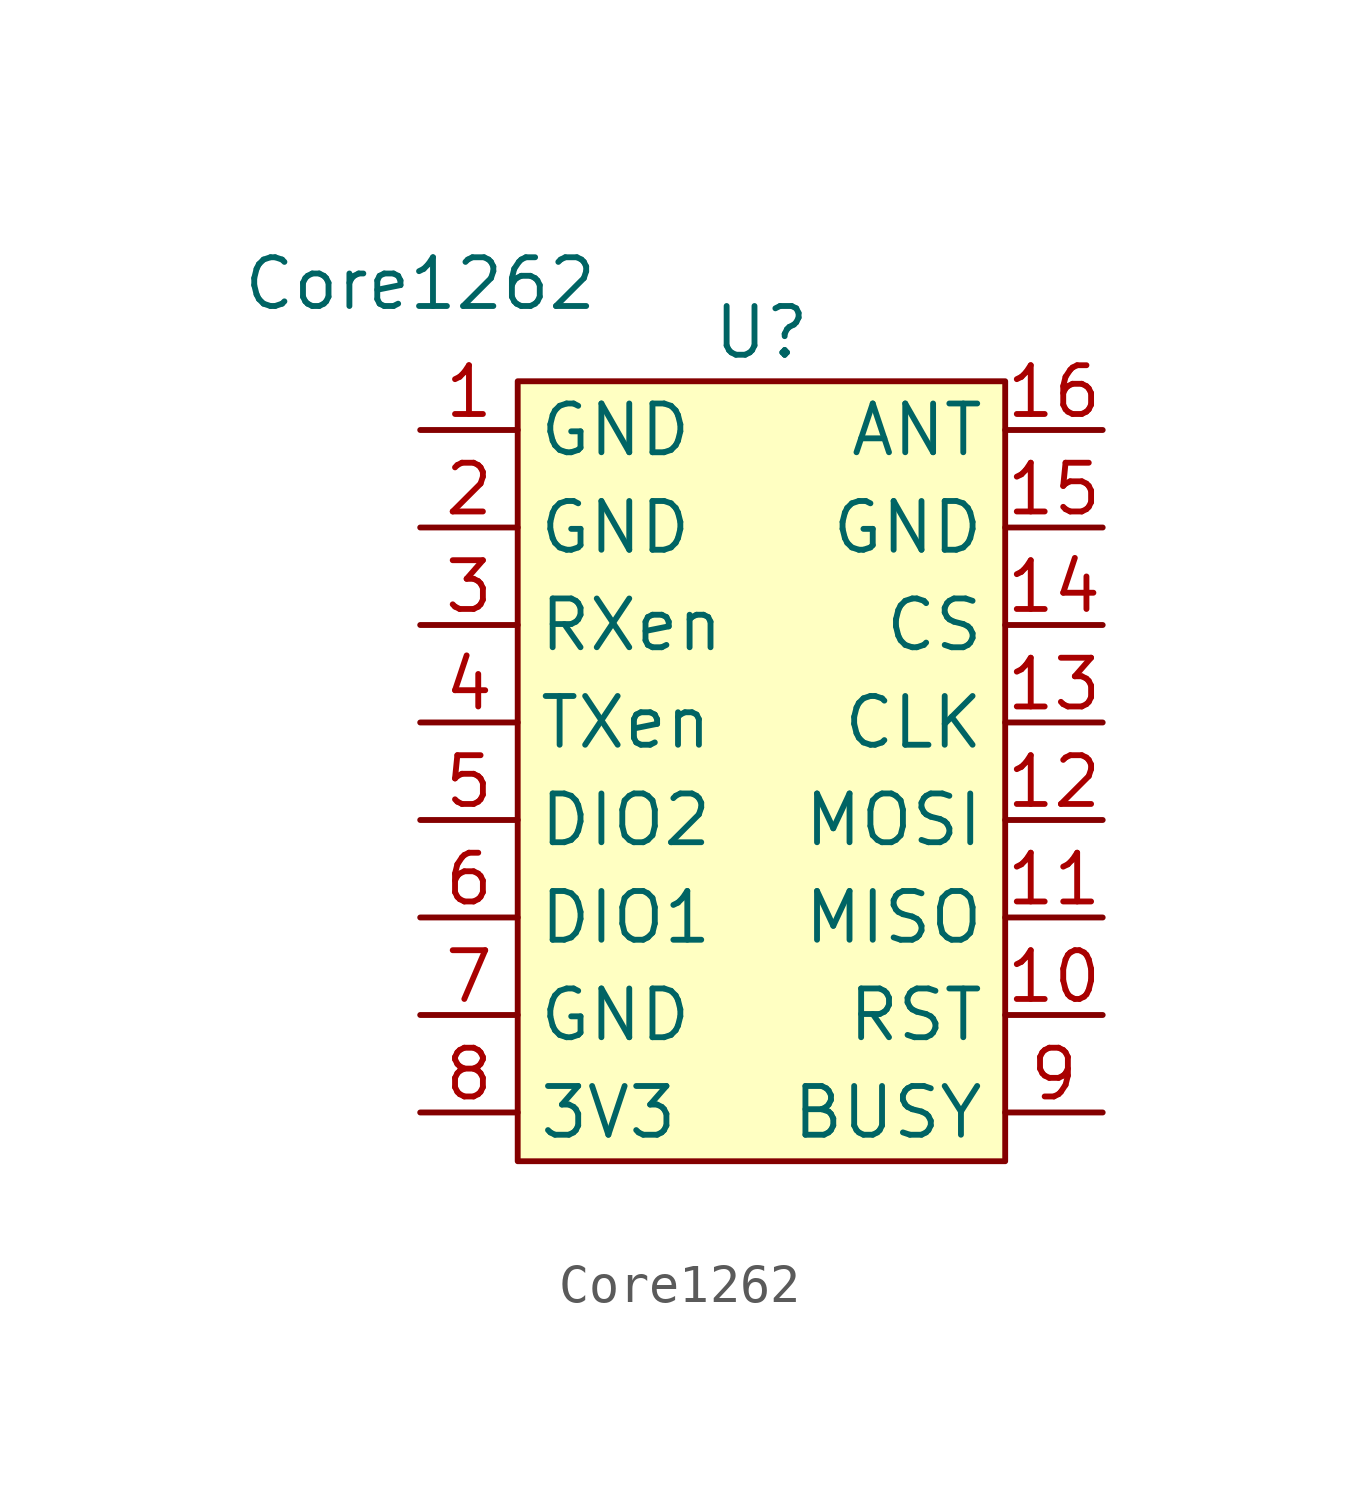
<source format=kicad_sym>
(kicad_symbol_lib
  (version 20220914)
  (generator kicad_symbol_editor)
  (symbol "Core1262"
    (property "Reference" "U"
      (at 8.89 -1.27 0)
      (effects (font (size 1.27 1.27))))
    (property "Value" "Core1262"
      (at 0 0 0)
      (effects (font (size 1.27 1.27))))
    (symbol "Core1262_1_1"
      (rectangle (start 2.54 -2.54) (end 15.24 -22.86) (stroke (width 0) (type default)) (fill (type background)))
      (pin input line (at 0 -3.81 0) (length 2.54) (name "GND" (effects (font (size 1.27 1.27)))) (number "1" (effects (font (size 1.27 1.27)))))
      (pin input line (at 17.78 -19.05 180) (length 2.54) (name "RST" (effects (font (size 1.27 1.27)))) (number "10" (effects (font (size 1.27 1.27)))))
      (pin output line (at 17.78 -16.51 180) (length 2.54) (name "MISO" (effects (font (size 1.27 1.27)))) (number "11" (effects (font (size 1.27 1.27)))))
      (pin input line (at 17.78 -13.97 180) (length 2.54) (name "MOSI" (effects (font (size 1.27 1.27)))) (number "12" (effects (font (size 1.27 1.27)))))
      (pin input line (at 17.78 -11.43 180) (length 2.54) (name "CLK" (effects (font (size 1.27 1.27)))) (number "13" (effects (font (size 1.27 1.27)))))
      (pin input line (at 17.78 -8.89 180) (length 2.54) (name "CS" (effects (font (size 1.27 1.27)))) (number "14" (effects (font (size 1.27 1.27)))))
      (pin input line (at 17.78 -6.35 180) (length 2.54) (name "GND" (effects (font (size 1.27 1.27)))) (number "15" (effects (font (size 1.27 1.27)))))
      (pin unspecified line (at 17.78 -3.81 180) (length 2.54) (name "ANT" (effects (font (size 1.27 1.27)))) (number "16" (effects (font (size 1.27 1.27)))))
      (pin input line (at 0 -6.35 0) (length 2.54) (name "GND" (effects (font (size 1.27 1.27)))) (number "2" (effects (font (size 1.27 1.27)))))
      (pin input line (at 0 -8.89 0) (length 2.54) (name "RXen" (effects (font (size 1.27 1.27)))) (number "3" (effects (font (size 1.27 1.27)))))
      (pin input line (at 0 -11.43 0) (length 2.54) (name "TXen" (effects (font (size 1.27 1.27)))) (number "4" (effects (font (size 1.27 1.27)))))
      (pin bidirectional line (at 0 -13.97 0) (length 2.54) (name "DIO2" (effects (font (size 1.27 1.27)))) (number "5" (effects (font (size 1.27 1.27)))))
      (pin bidirectional line (at 0 -16.51 0) (length 2.54) (name "DIO1" (effects (font (size 1.27 1.27)))) (number "6" (effects (font (size 1.27 1.27)))))
      (pin input line (at 0 -19.05 0) (length 2.54) (name "GND" (effects (font (size 1.27 1.27)))) (number "7" (effects (font (size 1.27 1.27)))))
      (pin input line (at 0 -21.59 0) (length 2.54) (name "3V3" (effects (font (size 1.27 1.27)))) (number "8" (effects (font (size 1.27 1.27)))))
      (pin output line (at 17.78 -21.59 180) (length 2.54) (name "BUSY" (effects (font (size 1.27 1.27)))) (number "9" (effects (font (size 1.27 1.27))))))))
</source>
